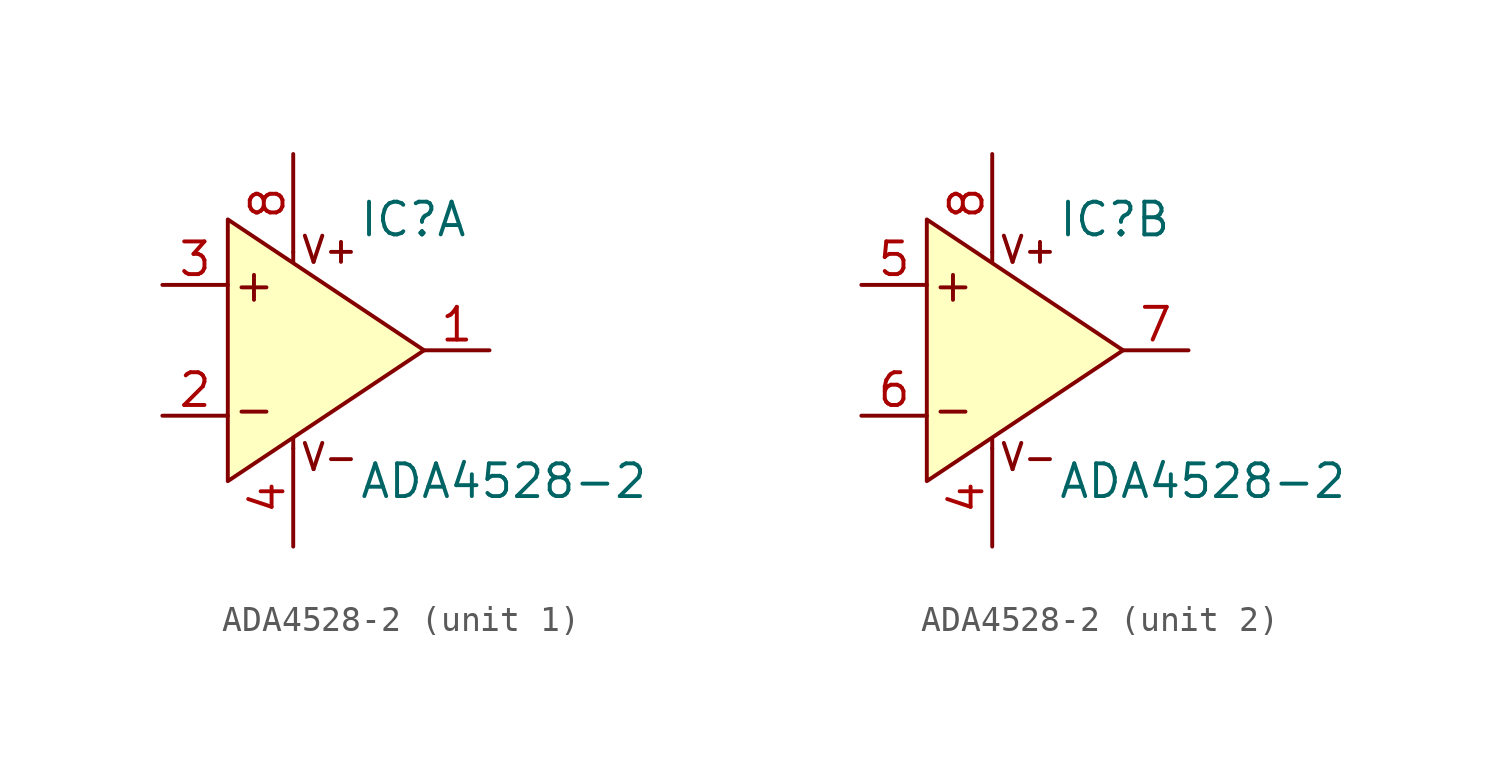
<source format=kicad_sym>
(kicad_symbol_lib
  (version 20211014)
  (generator kicad_symbol_editor)
  (symbol "ADA4528-2"
    (pin_names
      (offset 1.016) hide)
    (property "Reference" "IC"
      (at 2.54 5.08 0)
      (effects (font (size 1.27 1.27)) (justify left)))
    (property "Value" "ADA4528-2"
      (at 2.54 -5.08 0)
      (effects (font (size 1.27 1.27)) (justify left)))
    (symbol "ADA4528-2_0_0"
      (polyline (pts (xy 0 -3.81) (xy 0 -3.429)) (stroke (width 0) (type default) (color 0 0 0 0)) (fill (type none)))
      (polyline (pts (xy 0 3.81) (xy 0 3.429)) (stroke (width 0) (type default) (color 0 0 0 0)) (fill (type none)))
      (text "+" (at -1.524 2.54 0) (effects (font (size 1.27 1.27))))
      (text "-" (at -1.524 -2.286 0) (effects (font (size 1.27 1.27))))
      (text "V+" (at 0.254 3.302 0) (effects (font (size 1.016 1.016)) (justify left bottom)))
      (text "V-" (at 0.254 -3.556 0) (effects (font (size 1.016 1.016)) (justify left top))))
    (symbol "ADA4528-2_0_1"
      (polyline (pts (xy 5.08 0) (xy -2.54 5.08) (xy -2.54 -5.08) (xy 5.08 0)) (stroke (width 0) (type default) (color 0 0 0 0)) (fill (type background)))
      (pin power_in line (at 0 -7.62 90) (length 3.81) (name "V-" (effects (font (size 1.27 1.27)))) (number "4" (effects (font (size 1.27 1.27)))))
      (pin power_in line (at 0 7.62 270) (length 3.81) (name "V+" (effects (font (size 1.27 1.27)))) (number "8" (effects (font (size 1.27 1.27))))))
    (symbol "ADA4528-2_1_1"
      (pin output line (at 7.62 0 180) (length 2.54) (name "OUT" (effects (font (size 1.27 1.27)))) (number "1" (effects (font (size 1.27 1.27)))))
      (pin input line (at -5.08 -2.54 0) (length 2.54) (name "-" (effects (font (size 1.27 1.27)))) (number "2" (effects (font (size 1.27 1.27)))))
      (pin input line (at -5.08 2.54 0) (length 2.54) (name "+" (effects (font (size 1.27 1.27)))) (number "3" (effects (font (size 1.27 1.27))))))
    (symbol "ADA4528-2_2_1"
      (pin input line (at -5.08 2.54 0) (length 2.54) (name "+" (effects (font (size 1.27 1.27)))) (number "5" (effects (font (size 1.27 1.27)))))
      (pin input line (at -5.08 -2.54 0) (length 2.54) (name "-" (effects (font (size 1.27 1.27)))) (number "6" (effects (font (size 1.27 1.27)))))
      (pin output line (at 7.62 0 180) (length 2.54) (name "OUT" (effects (font (size 1.27 1.27)))) (number "7" (effects (font (size 1.27 1.27))))))))
</source>
